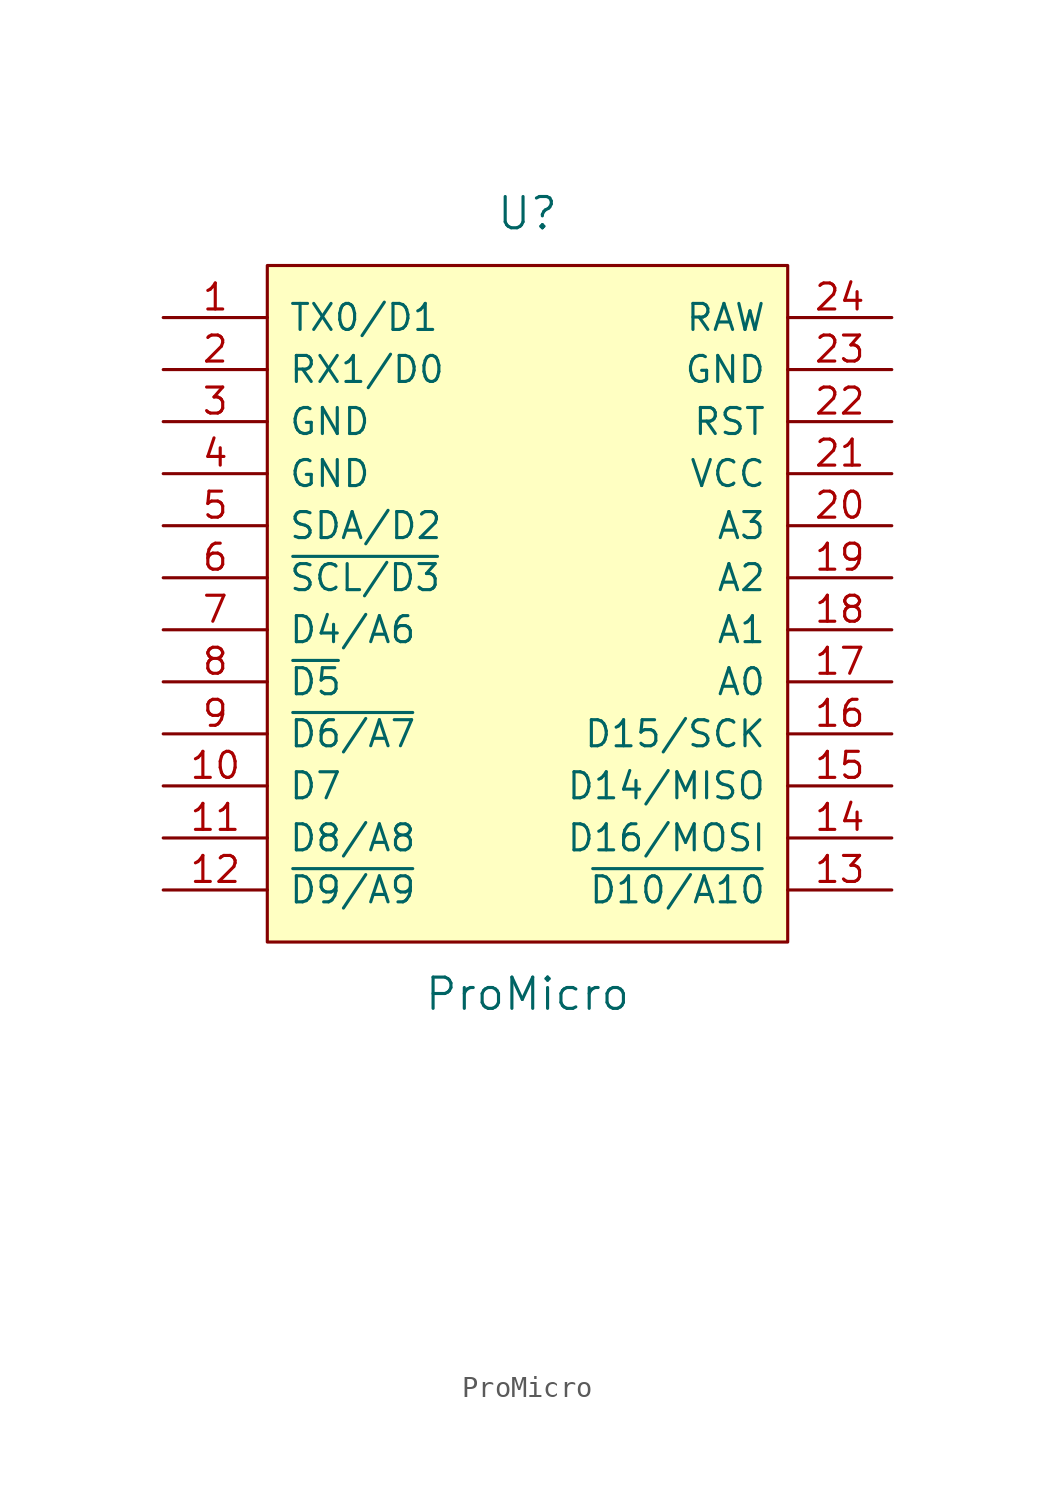
<source format=kicad_sym>
(kicad_symbol_lib
  (version 20231120)
  (generator "kicad_symbol_editor")
  (generator_version "8.0")
  (symbol "ProMicro"
    (pin_names
      (offset 1.016))
    (property "Reference" "U"
      (at 0 24.13 0)
      (effects (font (size 1.524 1.524))))
    (property "Value" "ProMicro"
      (at 0 -13.97 0)
      (effects (font (size 1.524 1.524))))
    (property "Footprint" ""
      (at 2.54 -26.67 0)
      (effects (font (size 1.524 1.524))))
    (property "Datasheet" ""
      (at 2.54 -26.67 0)
      (effects (font (size 1.524 1.524))))
    (symbol "ProMicro_0_1"
      (rectangle (start -12.7 21.59) (end 12.7 -11.43) (stroke (width 0) (type default)) (fill (type background))))
    (symbol "ProMicro_1_1"
      (pin bidirectional line (at -17.78 19.05 0) (length 5.08) (name "TX0/D1" (effects (font (size 1.27 1.27)))) (number "1" (effects (font (size 1.27 1.27)))))
      (pin bidirectional line (at -17.78 -3.81 0) (length 5.08) (name "D7" (effects (font (size 1.27 1.27)))) (number "10" (effects (font (size 1.27 1.27)))))
      (pin bidirectional line (at -17.78 -6.35 0) (length 5.08) (name "D8/A8" (effects (font (size 1.27 1.27)))) (number "11" (effects (font (size 1.27 1.27)))))
      (pin bidirectional line (at -17.78 -8.89 0) (length 5.08) (name "~{D9/A9}" (effects (font (size 1.27 1.27)))) (number "12" (effects (font (size 1.27 1.27)))))
      (pin bidirectional line (at 17.78 -8.89 180) (length 5.08) (name "~{D10/A10}" (effects (font (size 1.27 1.27)))) (number "13" (effects (font (size 1.27 1.27)))))
      (pin bidirectional line (at 17.78 -6.35 180) (length 5.08) (name "D16/MOSI" (effects (font (size 1.27 1.27)))) (number "14" (effects (font (size 1.27 1.27)))))
      (pin bidirectional line (at 17.78 -3.81 180) (length 5.08) (name "D14/MISO" (effects (font (size 1.27 1.27)))) (number "15" (effects (font (size 1.27 1.27)))))
      (pin bidirectional line (at 17.78 -1.27 180) (length 5.08) (name "D15/SCK" (effects (font (size 1.27 1.27)))) (number "16" (effects (font (size 1.27 1.27)))))
      (pin bidirectional line (at 17.78 1.27 180) (length 5.08) (name "A0" (effects (font (size 1.27 1.27)))) (number "17" (effects (font (size 1.27 1.27)))))
      (pin bidirectional line (at 17.78 3.81 180) (length 5.08) (name "A1" (effects (font (size 1.27 1.27)))) (number "18" (effects (font (size 1.27 1.27)))))
      (pin bidirectional line (at 17.78 6.35 180) (length 5.08) (name "A2" (effects (font (size 1.27 1.27)))) (number "19" (effects (font (size 1.27 1.27)))))
      (pin bidirectional line (at -17.78 16.51 0) (length 5.08) (name "RX1/D0" (effects (font (size 1.27 1.27)))) (number "2" (effects (font (size 1.27 1.27)))))
      (pin bidirectional line (at 17.78 8.89 180) (length 5.08) (name "A3" (effects (font (size 1.27 1.27)))) (number "20" (effects (font (size 1.27 1.27)))))
      (pin power_in line (at 17.78 11.43 180) (length 5.08) (name "VCC" (effects (font (size 1.27 1.27)))) (number "21" (effects (font (size 1.27 1.27)))))
      (pin input line (at 17.78 13.97 180) (length 5.08) (name "RST" (effects (font (size 1.27 1.27)))) (number "22" (effects (font (size 1.27 1.27)))))
      (pin power_in line (at 17.78 16.51 180) (length 5.08) (name "GND" (effects (font (size 1.27 1.27)))) (number "23" (effects (font (size 1.27 1.27)))))
      (pin power_out line (at 17.78 19.05 180) (length 5.08) (name "RAW" (effects (font (size 1.27 1.27)))) (number "24" (effects (font (size 1.27 1.27)))))
      (pin power_in line (at -17.78 13.97 0) (length 5.08) (name "GND" (effects (font (size 1.27 1.27)))) (number "3" (effects (font (size 1.27 1.27)))))
      (pin power_in line (at -17.78 11.43 0) (length 5.08) (name "GND" (effects (font (size 1.27 1.27)))) (number "4" (effects (font (size 1.27 1.27)))))
      (pin bidirectional line (at -17.78 8.89 0) (length 5.08) (name "SDA/D2" (effects (font (size 1.27 1.27)))) (number "5" (effects (font (size 1.27 1.27)))))
      (pin bidirectional line (at -17.78 6.35 0) (length 5.08) (name "~{SCL/D3}" (effects (font (size 1.27 1.27)))) (number "6" (effects (font (size 1.27 1.27)))))
      (pin bidirectional line (at -17.78 3.81 0) (length 5.08) (name "D4/A6" (effects (font (size 1.27 1.27)))) (number "7" (effects (font (size 1.27 1.27)))))
      (pin bidirectional line (at -17.78 1.27 0) (length 5.08) (name "~{D5}" (effects (font (size 1.27 1.27)))) (number "8" (effects (font (size 1.27 1.27)))))
      (pin bidirectional line (at -17.78 -1.27 0) (length 5.08) (name "~{D6/A7}" (effects (font (size 1.27 1.27)))) (number "9" (effects (font (size 1.27 1.27))))))))
</source>
